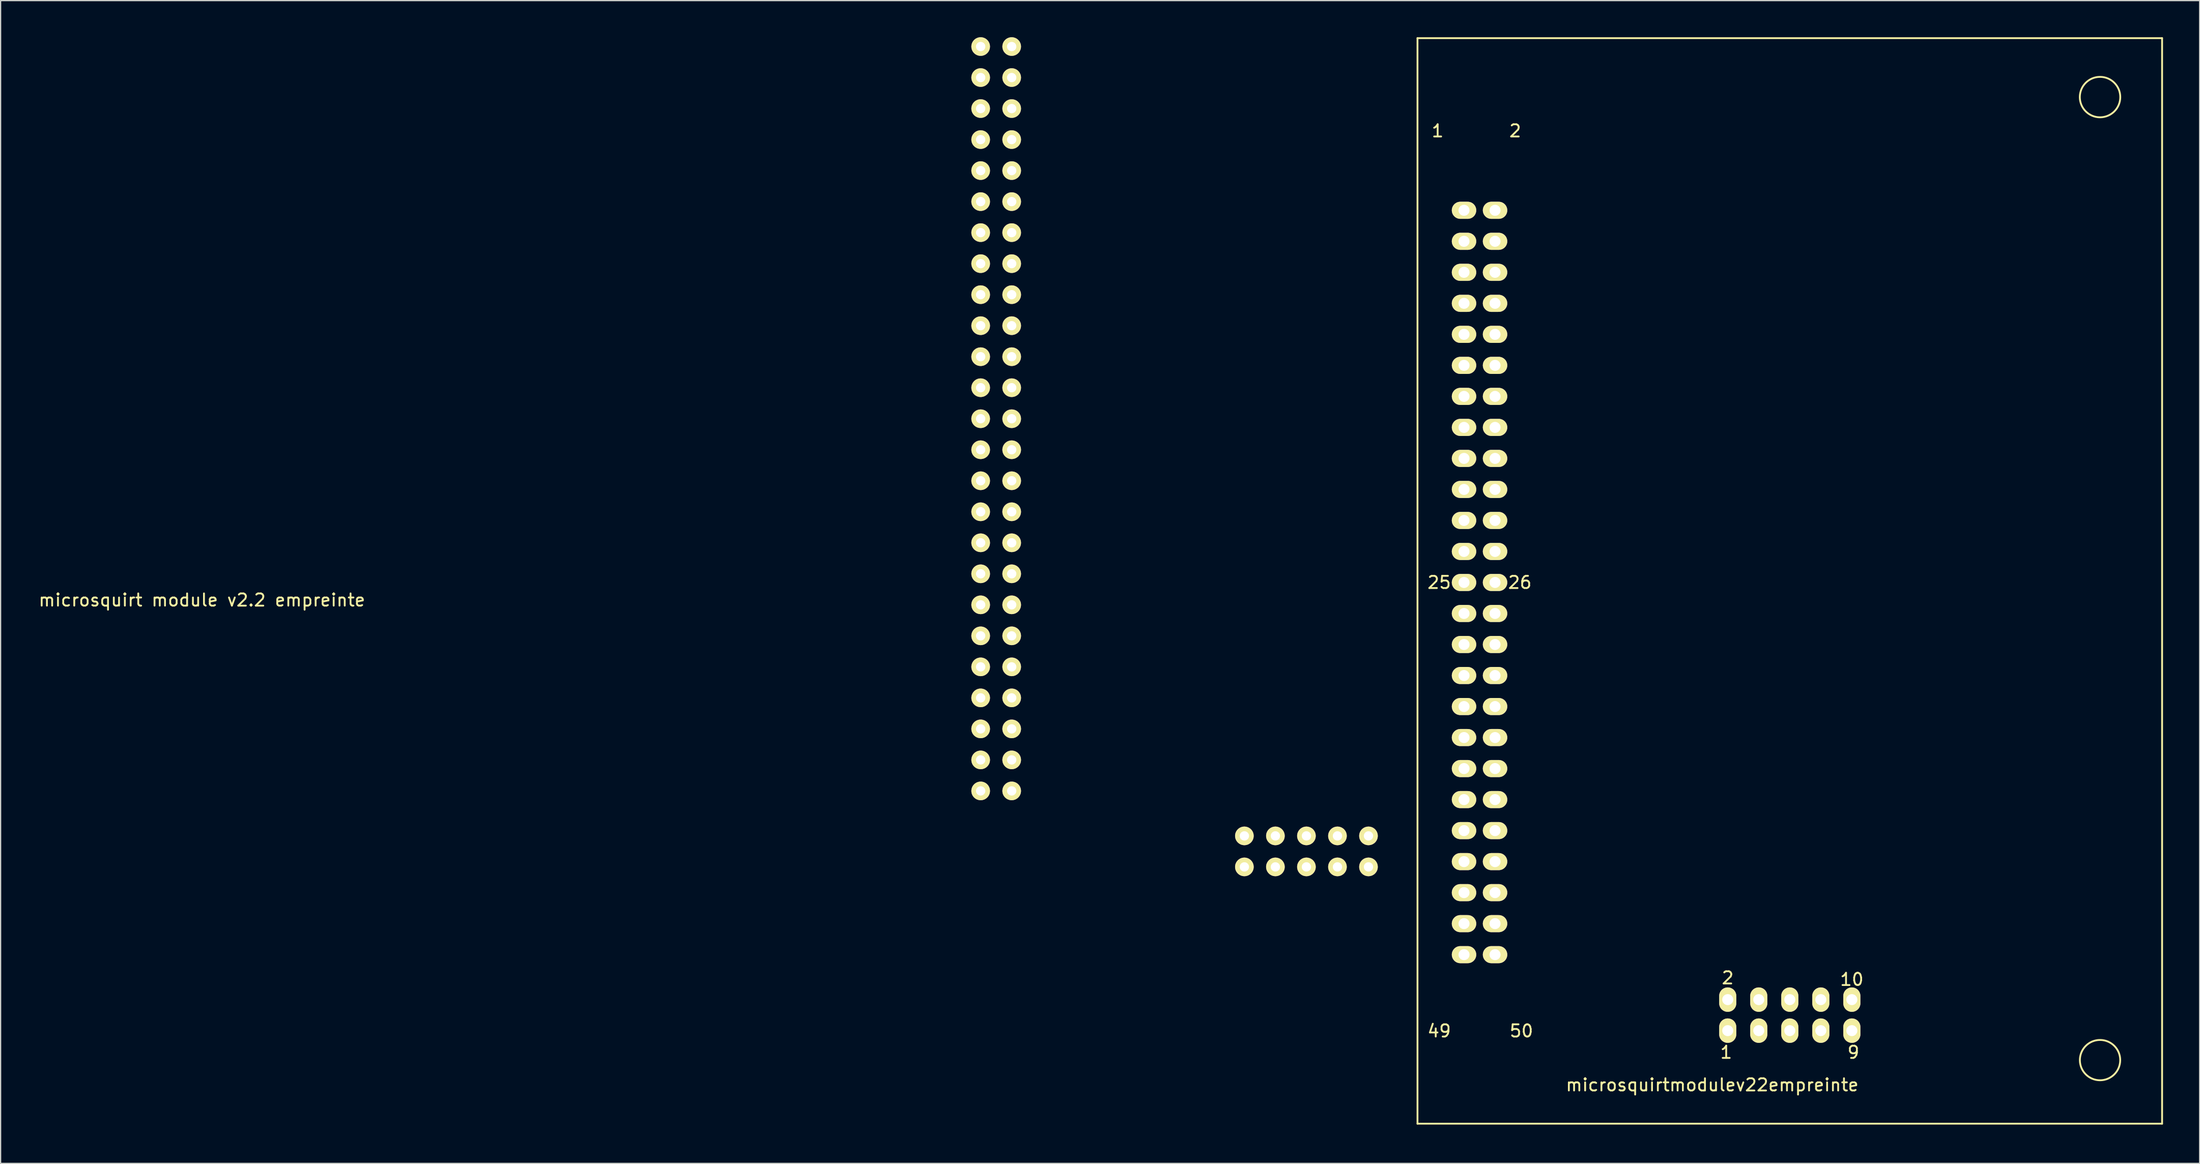
<source format=kicad_pcb>
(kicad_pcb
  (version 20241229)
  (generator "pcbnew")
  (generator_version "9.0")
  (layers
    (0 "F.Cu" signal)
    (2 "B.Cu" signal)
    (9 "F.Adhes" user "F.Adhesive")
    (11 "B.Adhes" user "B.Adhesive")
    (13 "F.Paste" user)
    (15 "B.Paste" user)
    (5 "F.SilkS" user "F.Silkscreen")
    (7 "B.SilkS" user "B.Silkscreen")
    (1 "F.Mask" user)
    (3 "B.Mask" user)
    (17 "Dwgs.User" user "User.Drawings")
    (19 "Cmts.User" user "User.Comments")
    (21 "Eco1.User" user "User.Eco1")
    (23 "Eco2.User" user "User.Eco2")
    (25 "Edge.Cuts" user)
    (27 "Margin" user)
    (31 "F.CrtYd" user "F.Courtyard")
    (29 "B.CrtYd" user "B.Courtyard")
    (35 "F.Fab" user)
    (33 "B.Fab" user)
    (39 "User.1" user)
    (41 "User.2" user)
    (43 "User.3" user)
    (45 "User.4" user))
  (footprint "microsquirt module v2.2 empreinte"
    (layer "F.Cu")
    (at 73.426 75.565)
    (property "Reference" "microsquirt module v2.2 empreinte" (at -59.944 -29.472 0) (layer "F.SilkS") (effects (font (size 1 1) (thickness 0.15))))
    (attr through_hole)
    (pad "1" thru_hole circle (at 3.81 -74.803) (size 1.524 1.524) (drill 0.762) (layers "*.Cu" "*.Mask" "F.SilkS"))
    (pad "1" thru_hole circle (at 25.4 -7.62) (size 1.524 1.524) (drill 0.762) (layers "*.Cu" "*.Mask" "F.SilkS"))
    (pad "2" thru_hole circle (at 6.35 -74.803) (size 1.524 1.524) (drill 0.762) (layers "*.Cu" "*.Mask" "F.SilkS"))
    (pad "2" thru_hole circle (at 25.4 -10.16) (size 1.524 1.524) (drill 0.762) (layers "*.Cu" "*.Mask" "F.SilkS"))
    (pad "3" thru_hole circle (at 3.81 -72.263) (size 1.524 1.524) (drill 0.762) (layers "*.Cu" "*.Mask" "F.SilkS"))
    (pad "3" thru_hole circle (at 27.94 -10.16) (size 1.524 1.524) (drill 0.762) (layers "*.Cu" "*.Mask" "F.SilkS"))
    (pad "4" thru_hole circle (at 6.35 -72.263) (size 1.524 1.524) (drill 0.762) (layers "*.Cu" "*.Mask" "F.SilkS"))
    (pad "4" thru_hole circle (at 27.94 -7.62) (size 1.524 1.524) (drill 0.762) (layers "*.Cu" "*.Mask" "F.SilkS"))
    (pad "5" thru_hole circle (at 3.81 -69.723) (size 1.524 1.524) (drill 0.762) (layers "*.Cu" "*.Mask" "F.SilkS"))
    (pad "5" thru_hole circle (at 30.48 -7.62) (size 1.524 1.524) (drill 0.762) (layers "*.Cu" "*.Mask" "F.SilkS"))
    (pad "6" thru_hole circle (at 6.35 -69.723) (size 1.524 1.524) (drill 0.762) (layers "*.Cu" "*.Mask" "F.SilkS"))
    (pad "6" thru_hole circle (at 30.48 -10.16) (size 1.524 1.524) (drill 0.762) (layers "*.Cu" "*.Mask" "F.SilkS"))
    (pad "7" thru_hole circle (at 3.81 -67.183) (size 1.524 1.524) (drill 0.762) (layers "*.Cu" "*.Mask" "F.SilkS"))
    (pad "7" thru_hole circle (at 33.02 -10.16) (size 1.524 1.524) (drill 0.762) (layers "*.Cu" "*.Mask" "F.SilkS"))
    (pad "8" thru_hole circle (at 6.35 -67.183) (size 1.524 1.524) (drill 0.762) (layers "*.Cu" "*.Mask" "F.SilkS"))
    (pad "8" thru_hole circle (at 33.02 -7.62) (size 1.524 1.524) (drill 0.762) (layers "*.Cu" "*.Mask" "F.SilkS"))
    (pad "9" thru_hole circle (at 3.81 -64.643) (size 1.524 1.524) (drill 0.762) (layers "*.Cu" "*.Mask" "F.SilkS"))
    (pad "9" thru_hole circle (at 35.56 -7.62) (size 1.524 1.524) (drill 0.762) (layers "*.Cu" "*.Mask" "F.SilkS"))
    (pad "10" thru_hole circle (at 6.35 -64.643) (size 1.524 1.524) (drill 0.762) (layers "*.Cu" "*.Mask" "F.SilkS"))
    (pad "10" thru_hole circle (at 35.56 -10.16) (size 1.524 1.524) (drill 0.762) (layers "*.Cu" "*.Mask" "F.SilkS"))
    (pad "11" thru_hole circle (at 3.81 -62.103) (size 1.524 1.524) (drill 0.762) (layers "*.Cu" "*.Mask" "F.SilkS"))
    (pad "12" thru_hole circle (at 6.35 -62.103) (size 1.524 1.524) (drill 0.762) (layers "*.Cu" "*.Mask" "F.SilkS"))
    (pad "13" thru_hole circle (at 3.81 -59.563) (size 1.524 1.524) (drill 0.762) (layers "*.Cu" "*.Mask" "F.SilkS"))
    (pad "14" thru_hole circle (at 6.35 -59.563) (size 1.524 1.524) (drill 0.762) (layers "*.Cu" "*.Mask" "F.SilkS"))
    (pad "15" thru_hole circle (at 3.81 -57.023) (size 1.524 1.524) (drill 0.762) (layers "*.Cu" "*.Mask" "F.SilkS"))
    (pad "16" thru_hole circle (at 6.35 -57.023) (size 1.524 1.524) (drill 0.762) (layers "*.Cu" "*.Mask" "F.SilkS"))
    (pad "17" thru_hole circle (at 3.81 -54.483) (size 1.524 1.524) (drill 0.762) (layers "*.Cu" "*.Mask" "F.SilkS"))
    (pad "18" thru_hole circle (at 6.35 -54.483) (size 1.524 1.524) (drill 0.762) (layers "*.Cu" "*.Mask" "F.SilkS"))
    (pad "19" thru_hole circle (at 3.81 -51.943) (size 1.524 1.524) (drill 0.762) (layers "*.Cu" "*.Mask" "F.SilkS"))
    (pad "20" thru_hole circle (at 6.35 -51.943) (size 1.524 1.524) (drill 0.762) (layers "*.Cu" "*.Mask" "F.SilkS"))
    (pad "21" thru_hole circle (at 3.81 -49.403) (size 1.524 1.524) (drill 0.762) (layers "*.Cu" "*.Mask" "F.SilkS"))
    (pad "22" thru_hole circle (at 6.35 -49.403) (size 1.524 1.524) (drill 0.762) (layers "*.Cu" "*.Mask" "F.SilkS"))
    (pad "23" thru_hole circle (at 3.81 -46.863) (size 1.524 1.524) (drill 0.762) (layers "*.Cu" "*.Mask" "F.SilkS"))
    (pad "24" thru_hole circle (at 6.35 -46.863) (size 1.524 1.524) (drill 0.762) (layers "*.Cu" "*.Mask" "F.SilkS"))
    (pad "25" thru_hole circle (at 3.81 -44.323) (size 1.524 1.524) (drill 0.762) (layers "*.Cu" "*.Mask" "F.SilkS"))
    (pad "26" thru_hole circle (at 6.35 -44.323) (size 1.524 1.524) (drill 0.762) (layers "*.Cu" "*.Mask" "F.SilkS"))
    (pad "27" thru_hole circle (at 3.81 -41.783) (size 1.524 1.524) (drill 0.762) (layers "*.Cu" "*.Mask" "F.SilkS"))
    (pad "28" thru_hole circle (at 6.35 -41.783) (size 1.524 1.524) (drill 0.762) (layers "*.Cu" "*.Mask" "F.SilkS"))
    (pad "29" thru_hole circle (at 3.81 -39.243) (size 1.524 1.524) (drill 0.762) (layers "*.Cu" "*.Mask" "F.SilkS"))
    (pad "30" thru_hole circle (at 6.35 -39.243) (size 1.524 1.524) (drill 0.762) (layers "*.Cu" "*.Mask" "F.SilkS"))
    (pad "31" thru_hole circle (at 3.81 -36.703) (size 1.524 1.524) (drill 0.762) (layers "*.Cu" "*.Mask" "F.SilkS"))
    (pad "32" thru_hole circle (at 6.35 -36.703) (size 1.524 1.524) (drill 0.762) (layers "*.Cu" "*.Mask" "F.SilkS"))
    (pad "33" thru_hole circle (at 3.81 -34.163) (size 1.524 1.524) (drill 0.762) (layers "*.Cu" "*.Mask" "F.SilkS"))
    (pad "34" thru_hole circle (at 6.35 -34.163) (size 1.524 1.524) (drill 0.762) (layers "*.Cu" "*.Mask" "F.SilkS"))
    (pad "35" thru_hole circle (at 3.81 -31.623) (size 1.524 1.524) (drill 0.762) (layers "*.Cu" "*.Mask" "F.SilkS"))
    (pad "36" thru_hole circle (at 6.35 -31.623) (size 1.524 1.524) (drill 0.762) (layers "*.Cu" "*.Mask" "F.SilkS"))
    (pad "37" thru_hole circle (at 3.81 -29.083) (size 1.524 1.524) (drill 0.762) (layers "*.Cu" "*.Mask" "F.SilkS"))
    (pad "38" thru_hole circle (at 6.35 -29.083) (size 1.524 1.524) (drill 0.762) (layers "*.Cu" "*.Mask" "F.SilkS"))
    (pad "39" thru_hole circle (at 3.81 -26.543) (size 1.524 1.524) (drill 0.762) (layers "*.Cu" "*.Mask" "F.SilkS"))
    (pad "40" thru_hole circle (at 6.35 -26.543) (size 1.524 1.524) (drill 0.762) (layers "*.Cu" "*.Mask" "F.SilkS"))
    (pad "41" thru_hole circle (at 3.81 -24.003) (size 1.524 1.524) (drill 0.762) (layers "*.Cu" "*.Mask" "F.SilkS"))
    (pad "42" thru_hole circle (at 6.35 -24.003) (size 1.524 1.524) (drill 0.762) (layers "*.Cu" "*.Mask" "F.SilkS"))
    (pad "43" thru_hole circle (at 3.81 -21.463) (size 1.524 1.524) (drill 0.762) (layers "*.Cu" "*.Mask" "F.SilkS"))
    (pad "44" thru_hole circle (at 6.35 -21.463) (size 1.524 1.524) (drill 0.762) (layers "*.Cu" "*.Mask" "F.SilkS"))
    (pad "45" thru_hole circle (at 3.81 -18.923) (size 1.524 1.524) (drill 0.762) (layers "*.Cu" "*.Mask" "F.SilkS"))
    (pad "46" thru_hole circle (at 6.35 -18.923) (size 1.524 1.524) (drill 0.762) (layers "*.Cu" "*.Mask" "F.SilkS"))
    (pad "47" thru_hole circle (at 3.81 -16.383) (size 1.524 1.524) (drill 0.762) (layers "*.Cu" "*.Mask" "F.SilkS"))
    (pad "48" thru_hole circle (at 6.35 -16.383) (size 1.524 1.524) (drill 0.762) (layers "*.Cu" "*.Mask" "F.SilkS"))
    (pad "49" thru_hole circle (at 3.81 -13.843) (size 1.524 1.524) (drill 0.762) (layers "*.Cu" "*.Mask" "F.SilkS"))
    (pad "50" thru_hole circle (at 6.35 -13.843) (size 1.524 1.524) (drill 0.762) (layers "*.Cu" "*.Mask" "F.SilkS")))
  (footprint "microsquirtmodulev22empreinte"
    (layer "F.Cu")
    (at 112.998 88.975)
    (property "Reference" "microsquirtmodulev22empreinte" (at 24.13 -3.175 0) (layer "F.SilkS") (effects (font (size 1 1) (thickness 0.15))))
    (attr through_hole)
    (fp_line (start 0 -88.9) (end 60.96 -88.9) (stroke (width 0.15) (type solid)) (layer "F.SilkS"))
    (fp_line (start 0 0) (end 0 -88.9) (stroke (width 0.15) (type solid)) (layer "F.SilkS"))
    (fp_line (start 60.96 -88.9) (end 60.96 0) (stroke (width 0.15) (type solid)) (layer "F.SilkS"))
    (fp_line (start 60.96 0) (end 0 0) (stroke (width 0.15) (type solid)) (layer "F.SilkS"))
    (fp_circle (center 55.88 -84.074) (end 57.531 -83.947) (stroke (width 0.15) (type solid)) (fill no) (layer "F.SilkS"))
    (fp_circle (center 55.88 -5.207) (end 57.531 -5.207) (stroke (width 0.15) (type solid)) (fill no) (layer "F.SilkS"))
    (fp_text user "2" (at 8.001 -81.303 0) (layer "F.SilkS") (effects (font (size 1 1) (thickness 0.15))))
    (fp_text user "50" (at 8.509 -7.593 0) (layer "F.SilkS") (effects (font (size 1 1) (thickness 0.15))))
    (fp_text user "10" (at 35.56 -11.811 0) (layer "F.SilkS") (effects (font (size 1 1) (thickness 0.15))))
    (fp_text user "1" (at 25.273 -5.842 0) (layer "F.SilkS") (effects (font (size 1 1) (thickness 0.15))))
    (fp_text user "9" (at 35.687 -5.842 0) (layer "F.SilkS") (effects (font (size 1 1) (thickness 0.15))))
    (fp_text user "49" (at 1.778 -7.593 0) (layer "F.SilkS") (effects (font (size 1 1) (thickness 0.15))))
    (fp_text user "2" (at 25.4 -11.938 0) (layer "F.SilkS") (effects (font (size 1 1) (thickness 0.15))))
    (fp_text user "1" (at 1.651 -81.303 0) (layer "F.SilkS") (effects (font (size 1 1) (thickness 0.15))))
    (fp_text user "25" (at 1.778 -44.323 0) (layer "F.SilkS") (effects (font (size 1 1) (thickness 0.15))))
    (fp_text user "26" (at 8.382 -44.323 0) (layer "F.SilkS") (effects (font (size 1 1) (thickness 0.15))))
    (pad "1" thru_hole oval (at 3.81 -74.803) (size 2 1.4) (drill 0.9) (layers "*.Cu" "*.Mask" "F.SilkS"))
    (pad "2" thru_hole oval (at 6.35 -74.803) (size 2 1.4) (drill 0.9) (layers "*.Cu" "*.Mask" "F.SilkS"))
    (pad "3" thru_hole oval (at 3.81 -72.263) (size 2 1.4) (drill 0.9) (layers "*.Cu" "*.Mask" "F.SilkS"))
    (pad "4" thru_hole oval (at 6.35 -72.263) (size 2 1.4) (drill 0.9) (layers "*.Cu" "*.Mask" "F.SilkS"))
    (pad "5" thru_hole oval (at 3.81 -69.723) (size 2 1.4) (drill 0.9) (layers "*.Cu" "*.Mask" "F.SilkS"))
    (pad "6" thru_hole oval (at 6.35 -69.723) (size 2 1.4) (drill 0.9) (layers "*.Cu" "*.Mask" "F.SilkS"))
    (pad "7" thru_hole oval (at 3.81 -67.183) (size 2 1.4) (drill 0.9) (layers "*.Cu" "*.Mask" "F.SilkS"))
    (pad "8" thru_hole oval (at 6.35 -67.183) (size 2 1.4) (drill 0.9) (layers "*.Cu" "*.Mask" "F.SilkS"))
    (pad "9" thru_hole oval (at 3.81 -64.643) (size 2 1.4) (drill 0.9) (layers "*.Cu" "*.Mask" "F.SilkS"))
    (pad "10" thru_hole oval (at 6.35 -64.643) (size 2 1.4) (drill 0.9) (layers "*.Cu" "*.Mask" "F.SilkS"))
    (pad "11" thru_hole oval (at 3.81 -62.103) (size 2 1.4) (drill 0.9) (layers "*.Cu" "*.Mask" "F.SilkS"))
    (pad "12" thru_hole oval (at 6.35 -62.103) (size 2 1.4) (drill 0.9) (layers "*.Cu" "*.Mask" "F.SilkS"))
    (pad "13" thru_hole oval (at 3.81 -59.563) (size 2 1.4) (drill 0.9) (layers "*.Cu" "*.Mask" "F.SilkS"))
    (pad "14" thru_hole oval (at 6.35 -59.563) (size 2 1.4) (drill 0.9) (layers "*.Cu" "*.Mask" "F.SilkS"))
    (pad "15" thru_hole oval (at 3.81 -57.023) (size 2 1.4) (drill 0.9) (layers "*.Cu" "*.Mask" "F.SilkS"))
    (pad "16" thru_hole oval (at 6.35 -57.023) (size 2 1.4) (drill 0.9) (layers "*.Cu" "*.Mask" "F.SilkS"))
    (pad "17" thru_hole oval (at 3.81 -54.483) (size 2 1.4) (drill 0.9) (layers "*.Cu" "*.Mask" "F.SilkS"))
    (pad "18" thru_hole oval (at 6.35 -54.483) (size 2 1.4) (drill 0.9) (layers "*.Cu" "*.Mask" "F.SilkS"))
    (pad "19" thru_hole oval (at 3.81 -51.943) (size 2 1.4) (drill 0.9) (layers "*.Cu" "*.Mask" "F.SilkS"))
    (pad "20" thru_hole oval (at 6.35 -51.943) (size 2 1.4) (drill 0.9) (layers "*.Cu" "*.Mask" "F.SilkS"))
    (pad "21" thru_hole oval (at 3.81 -49.403) (size 2 1.4) (drill 0.9) (layers "*.Cu" "*.Mask" "F.SilkS"))
    (pad "22" thru_hole oval (at 6.35 -49.403) (size 2 1.4) (drill 0.9) (layers "*.Cu" "*.Mask" "F.SilkS"))
    (pad "23" thru_hole oval (at 3.81 -46.863) (size 2 1.4) (drill 0.9) (layers "*.Cu" "*.Mask" "F.SilkS"))
    (pad "24" thru_hole oval (at 6.35 -46.863) (size 2 1.4) (drill 0.9) (layers "*.Cu" "*.Mask" "F.SilkS"))
    (pad "25" thru_hole oval (at 3.81 -44.323) (size 2 1.4) (drill 0.9) (layers "*.Cu" "*.Mask" "F.SilkS"))
    (pad "26" thru_hole oval (at 6.35 -44.323) (size 2 1.4) (drill 0.9) (layers "*.Cu" "*.Mask" "F.SilkS"))
    (pad "27" thru_hole oval (at 3.81 -41.783) (size 2 1.4) (drill 0.9) (layers "*.Cu" "*.Mask" "F.SilkS"))
    (pad "28" thru_hole oval (at 6.35 -41.783) (size 2 1.4) (drill 0.9) (layers "*.Cu" "*.Mask" "F.SilkS"))
    (pad "29" thru_hole oval (at 3.81 -39.243) (size 2 1.4) (drill 0.9) (layers "*.Cu" "*.Mask" "F.SilkS"))
    (pad "30" thru_hole oval (at 6.35 -39.243) (size 2 1.4) (drill 0.9) (layers "*.Cu" "*.Mask" "F.SilkS"))
    (pad "31" thru_hole oval (at 3.81 -36.703) (size 2 1.4) (drill 0.9) (layers "*.Cu" "*.Mask" "F.SilkS"))
    (pad "32" thru_hole oval (at 6.35 -36.703) (size 2 1.4) (drill 0.9) (layers "*.Cu" "*.Mask" "F.SilkS"))
    (pad "33" thru_hole oval (at 3.81 -34.163) (size 2 1.4) (drill 0.9) (layers "*.Cu" "*.Mask" "F.SilkS"))
    (pad "34" thru_hole oval (at 6.35 -34.163) (size 2 1.4) (drill 0.9) (layers "*.Cu" "*.Mask" "F.SilkS"))
    (pad "35" thru_hole oval (at 3.81 -31.623) (size 2 1.4) (drill 0.9) (layers "*.Cu" "*.Mask" "F.SilkS"))
    (pad "36" thru_hole oval (at 6.35 -31.623) (size 2 1.4) (drill 0.9) (layers "*.Cu" "*.Mask" "F.SilkS"))
    (pad "37" thru_hole oval (at 3.81 -29.083) (size 2 1.4) (drill 0.9) (layers "*.Cu" "*.Mask" "F.SilkS"))
    (pad "38" thru_hole oval (at 6.35 -29.083) (size 2 1.4) (drill 0.9) (layers "*.Cu" "*.Mask" "F.SilkS"))
    (pad "39" thru_hole oval (at 3.81 -26.543) (size 2 1.4) (drill 0.9) (layers "*.Cu" "*.Mask" "F.SilkS"))
    (pad "40" thru_hole oval (at 6.35 -26.543) (size 2 1.4) (drill 0.9) (layers "*.Cu" "*.Mask" "F.SilkS"))
    (pad "41" thru_hole oval (at 3.81 -24.003) (size 2 1.4) (drill 0.9) (layers "*.Cu" "*.Mask" "F.SilkS"))
    (pad "42" thru_hole oval (at 6.35 -24.003) (size 2 1.4) (drill 0.9) (layers "*.Cu" "*.Mask" "F.SilkS"))
    (pad "43" thru_hole oval (at 3.81 -21.463) (size 2 1.4) (drill 0.9) (layers "*.Cu" "*.Mask" "F.SilkS"))
    (pad "44" thru_hole oval (at 6.35 -21.463) (size 2 1.4) (drill 0.9) (layers "*.Cu" "*.Mask" "F.SilkS"))
    (pad "45" thru_hole oval (at 3.81 -18.923) (size 2 1.4) (drill 0.9) (layers "*.Cu" "*.Mask" "F.SilkS"))
    (pad "46" thru_hole oval (at 6.35 -18.923) (size 2 1.4) (drill 0.9) (layers "*.Cu" "*.Mask" "F.SilkS"))
    (pad "47" thru_hole oval (at 3.81 -16.383) (size 2 1.4) (drill 0.9) (layers "*.Cu" "*.Mask" "F.SilkS"))
    (pad "48" thru_hole oval (at 6.35 -16.383) (size 2 1.4) (drill 0.9) (layers "*.Cu" "*.Mask" "F.SilkS"))
    (pad "49" thru_hole oval (at 3.81 -13.843) (size 2 1.4) (drill 0.9) (layers "*.Cu" "*.Mask" "F.SilkS"))
    (pad "50" thru_hole oval (at 6.35 -13.843) (size 2 1.4) (drill 0.9) (layers "*.Cu" "*.Mask" "F.SilkS"))
    (pad "B1" thru_hole oval (at 25.4 -7.62 90) (size 2 1.4) (drill 0.9) (layers "*.Cu" "*.Mask" "F.SilkS"))
    (pad "B2" thru_hole oval (at 25.4 -10.16 90) (size 2 1.4) (drill 0.9) (layers "*.Cu" "*.Mask" "F.SilkS"))
    (pad "B3" thru_hole oval (at 27.94 -7.62 90) (size 2 1.4) (drill 0.9) (layers "*.Cu" "*.Mask" "F.SilkS"))
    (pad "B4" thru_hole oval (at 27.94 -10.16 90) (size 2 1.4) (drill 0.9) (layers "*.Cu" "*.Mask" "F.SilkS"))
    (pad "B5" thru_hole oval (at 30.48 -7.62 90) (size 2 1.4) (drill 0.9) (layers "*.Cu" "*.Mask" "F.SilkS"))
    (pad "B6" thru_hole oval (at 30.48 -10.16 90) (size 2 1.4) (drill 0.9) (layers "*.Cu" "*.Mask" "F.SilkS"))
    (pad "B7" thru_hole oval (at 33.02 -7.62 90) (size 2 1.4) (drill 0.9) (layers "*.Cu" "*.Mask" "F.SilkS"))
    (pad "B8" thru_hole oval (at 33.02 -10.16 90) (size 2 1.4) (drill 0.9) (layers "*.Cu" "*.Mask" "F.SilkS"))
    (pad "B9" thru_hole oval (at 35.56 -7.62 90) (size 2 1.4) (drill 0.9) (layers "*.Cu" "*.Mask" "F.SilkS"))
    (pad "B10" thru_hole oval (at 35.56 -10.16 90) (size 2 1.4) (drill 0.9) (layers "*.Cu" "*.Mask" "F.SilkS")))
  (gr_rect
    (start -3 -3)
    (end 177.033 92.225)
    (stroke (width 0.1) (type default))
    (fill no)
    (layer "Edge.Cuts")))
</source>
